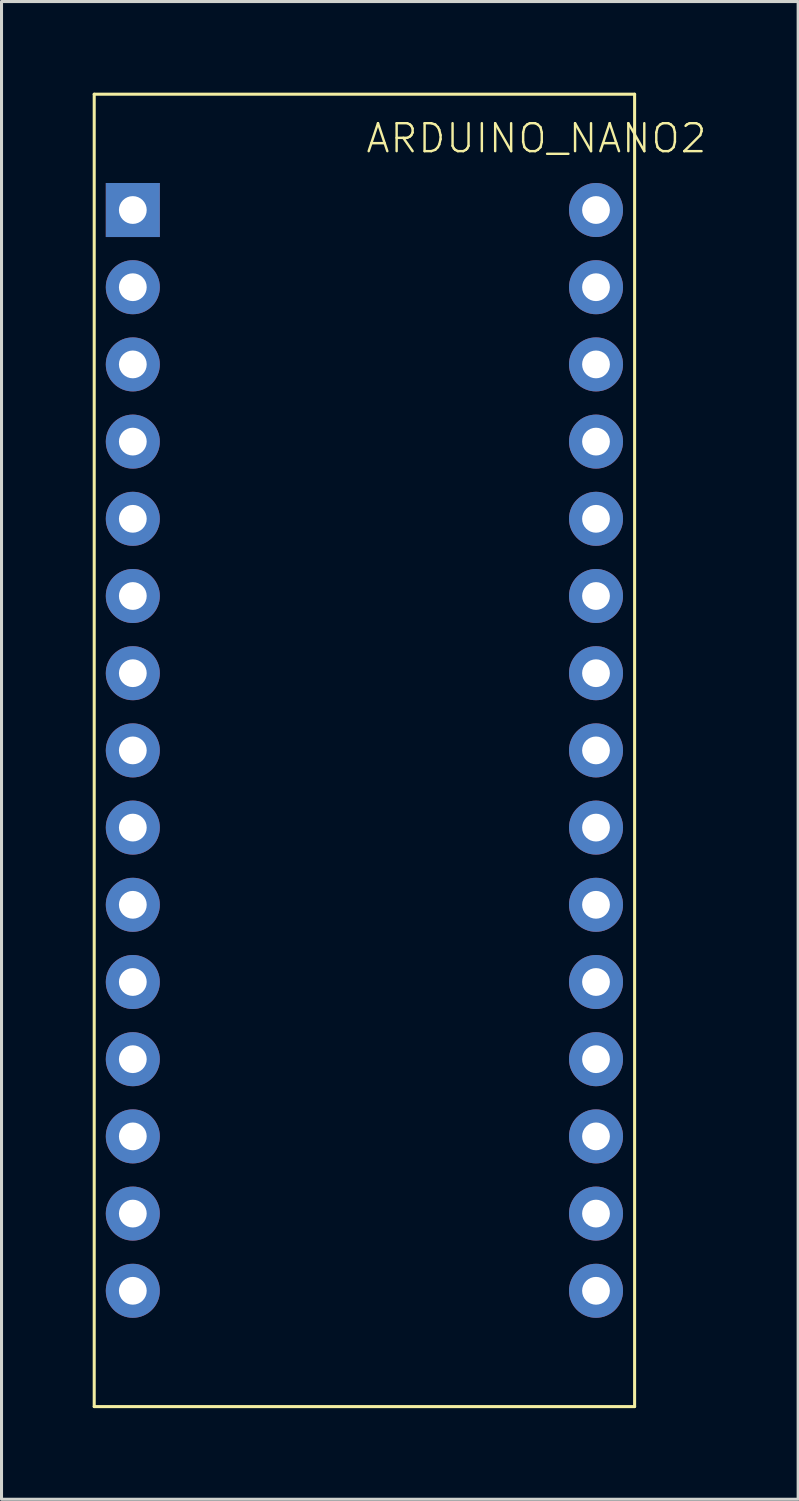
<source format=kicad_pcb>
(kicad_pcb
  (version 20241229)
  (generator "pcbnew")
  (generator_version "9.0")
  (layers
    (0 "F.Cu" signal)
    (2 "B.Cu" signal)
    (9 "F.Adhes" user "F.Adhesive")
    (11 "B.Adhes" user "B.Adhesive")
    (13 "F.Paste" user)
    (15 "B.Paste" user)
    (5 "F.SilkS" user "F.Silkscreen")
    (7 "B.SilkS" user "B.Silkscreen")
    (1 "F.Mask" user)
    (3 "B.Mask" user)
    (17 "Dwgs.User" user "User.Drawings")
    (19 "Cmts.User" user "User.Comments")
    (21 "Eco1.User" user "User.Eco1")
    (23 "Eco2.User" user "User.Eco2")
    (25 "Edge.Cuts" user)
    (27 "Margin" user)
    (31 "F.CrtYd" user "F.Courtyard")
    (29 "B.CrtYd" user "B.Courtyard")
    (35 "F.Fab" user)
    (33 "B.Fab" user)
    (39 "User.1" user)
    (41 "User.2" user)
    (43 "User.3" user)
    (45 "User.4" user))
  (footprint "ARDUINO_NANO2"
    (layer "F.Cu")
    (at 8.94 21.64)
    (property "Reference" "ARDUINO_NANO2" (at 0 -19.6 0) (unlocked yes) (layer "F.SilkS") (effects (font (size 0.92 0.92) (thickness 0.08)) (justify left bottom)))
    (fp_line (start -8.89 -21.59) (end -8.89 21.59) (stroke (width 0.1) (type solid)) (layer "F.SilkS"))
    (fp_line (start -8.89 21.59) (end 8.89 21.59) (stroke (width 0.1) (type solid)) (layer "F.SilkS"))
    (fp_line (start 8.89 -21.59) (end -8.89 -21.59) (stroke (width 0.1) (type solid)) (layer "F.SilkS"))
    (fp_line (start 8.89 21.59) (end 8.89 -21.59) (stroke (width 0.1) (type solid)) (layer "F.SilkS"))
    (pad "J1.1" thru_hole rect (at -7.62 -17.78 270) (size 1.778 1.778) (drill 0.914) (layers "*.Cu" "*.Mask"))
    (pad "J1.2" thru_hole circle (at -7.62 -15.24 270) (size 1.778 1.778) (drill 0.914) (layers "*.Cu" "*.Mask"))
    (pad "J1.3" thru_hole circle (at -7.62 -12.7 270) (size 1.778 1.778) (drill 0.914) (layers "*.Cu" "*.Mask"))
    (pad "J1.4" thru_hole circle (at -7.62 -10.16 270) (size 1.778 1.778) (drill 0.914) (layers "*.Cu" "*.Mask"))
    (pad "J1.5" thru_hole circle (at -7.62 -7.62 270) (size 1.778 1.778) (drill 0.914) (layers "*.Cu" "*.Mask"))
    (pad "J1.6" thru_hole circle (at -7.62 -5.08 270) (size 1.778 1.778) (drill 0.914) (layers "*.Cu" "*.Mask"))
    (pad "J1.7" thru_hole circle (at -7.62 -2.54 270) (size 1.778 1.778) (drill 0.914) (layers "*.Cu" "*.Mask"))
    (pad "J1.8" thru_hole circle (at -7.62 0 270) (size 1.778 1.778) (drill 0.914) (layers "*.Cu" "*.Mask"))
    (pad "J1.9" thru_hole circle (at -7.62 2.54 270) (size 1.778 1.778) (drill 0.914) (layers "*.Cu" "*.Mask"))
    (pad "J1.10" thru_hole circle (at -7.62 5.08 270) (size 1.778 1.778) (drill 0.914) (layers "*.Cu" "*.Mask"))
    (pad "J1.11" thru_hole circle (at -7.62 7.62 270) (size 1.778 1.778) (drill 0.914) (layers "*.Cu" "*.Mask"))
    (pad "J1.12" thru_hole circle (at -7.62 10.16 270) (size 1.778 1.778) (drill 0.914) (layers "*.Cu" "*.Mask"))
    (pad "J1.13" thru_hole circle (at -7.62 12.7 270) (size 1.778 1.778) (drill 0.914) (layers "*.Cu" "*.Mask"))
    (pad "J1.14" thru_hole circle (at -7.62 15.24 270) (size 1.778 1.778) (drill 0.914) (layers "*.Cu" "*.Mask"))
    (pad "J1.15" thru_hole circle (at -7.62 17.78 270) (size 1.778 1.778) (drill 0.914) (layers "*.Cu" "*.Mask"))
    (pad "J2.1" thru_hole circle (at 7.62 -17.78 270) (size 1.778 1.778) (drill 0.914) (layers "*.Cu" "*.Mask"))
    (pad "J2.2" thru_hole circle (at 7.62 -15.24 270) (size 1.778 1.778) (drill 0.914) (layers "*.Cu" "*.Mask"))
    (pad "J2.3" thru_hole circle (at 7.62 -12.7 270) (size 1.778 1.778) (drill 0.914) (layers "*.Cu" "*.Mask"))
    (pad "J2.4" thru_hole circle (at 7.62 -10.16 270) (size 1.778 1.778) (drill 0.914) (layers "*.Cu" "*.Mask"))
    (pad "J2.5" thru_hole circle (at 7.62 -7.62 270) (size 1.778 1.778) (drill 0.914) (layers "*.Cu" "*.Mask"))
    (pad "J2.6" thru_hole circle (at 7.62 -5.08 270) (size 1.778 1.778) (drill 0.914) (layers "*.Cu" "*.Mask"))
    (pad "J2.7" thru_hole circle (at 7.62 -2.54 270) (size 1.778 1.778) (drill 0.914) (layers "*.Cu" "*.Mask"))
    (pad "J2.8" thru_hole circle (at 7.62 0 270) (size 1.778 1.778) (drill 0.914) (layers "*.Cu" "*.Mask"))
    (pad "J2.9" thru_hole circle (at 7.62 2.54 270) (size 1.778 1.778) (drill 0.914) (layers "*.Cu" "*.Mask"))
    (pad "J2.10" thru_hole circle (at 7.62 5.08 270) (size 1.778 1.778) (drill 0.914) (layers "*.Cu" "*.Mask"))
    (pad "J2.11" thru_hole circle (at 7.62 7.62 270) (size 1.778 1.778) (drill 0.914) (layers "*.Cu" "*.Mask"))
    (pad "J2.12" thru_hole circle (at 7.62 10.16 270) (size 1.778 1.778) (drill 0.914) (layers "*.Cu" "*.Mask"))
    (pad "J2.13" thru_hole circle (at 7.62 12.7 270) (size 1.778 1.778) (drill 0.914) (layers "*.Cu" "*.Mask"))
    (pad "J2.14" thru_hole circle (at 7.62 15.24 270) (size 1.778 1.778) (drill 0.914) (layers "*.Cu" "*.Mask"))
    (pad "J2.15" thru_hole circle (at 7.62 17.78 270) (size 1.778 1.778) (drill 0.914) (layers "*.Cu" "*.Mask")))
  (gr_rect
    (start -3 -3)
    (end 23.211 46.28)
    (stroke (width 0.1) (type default))
    (fill no)
    (layer "Edge.Cuts")))
</source>
